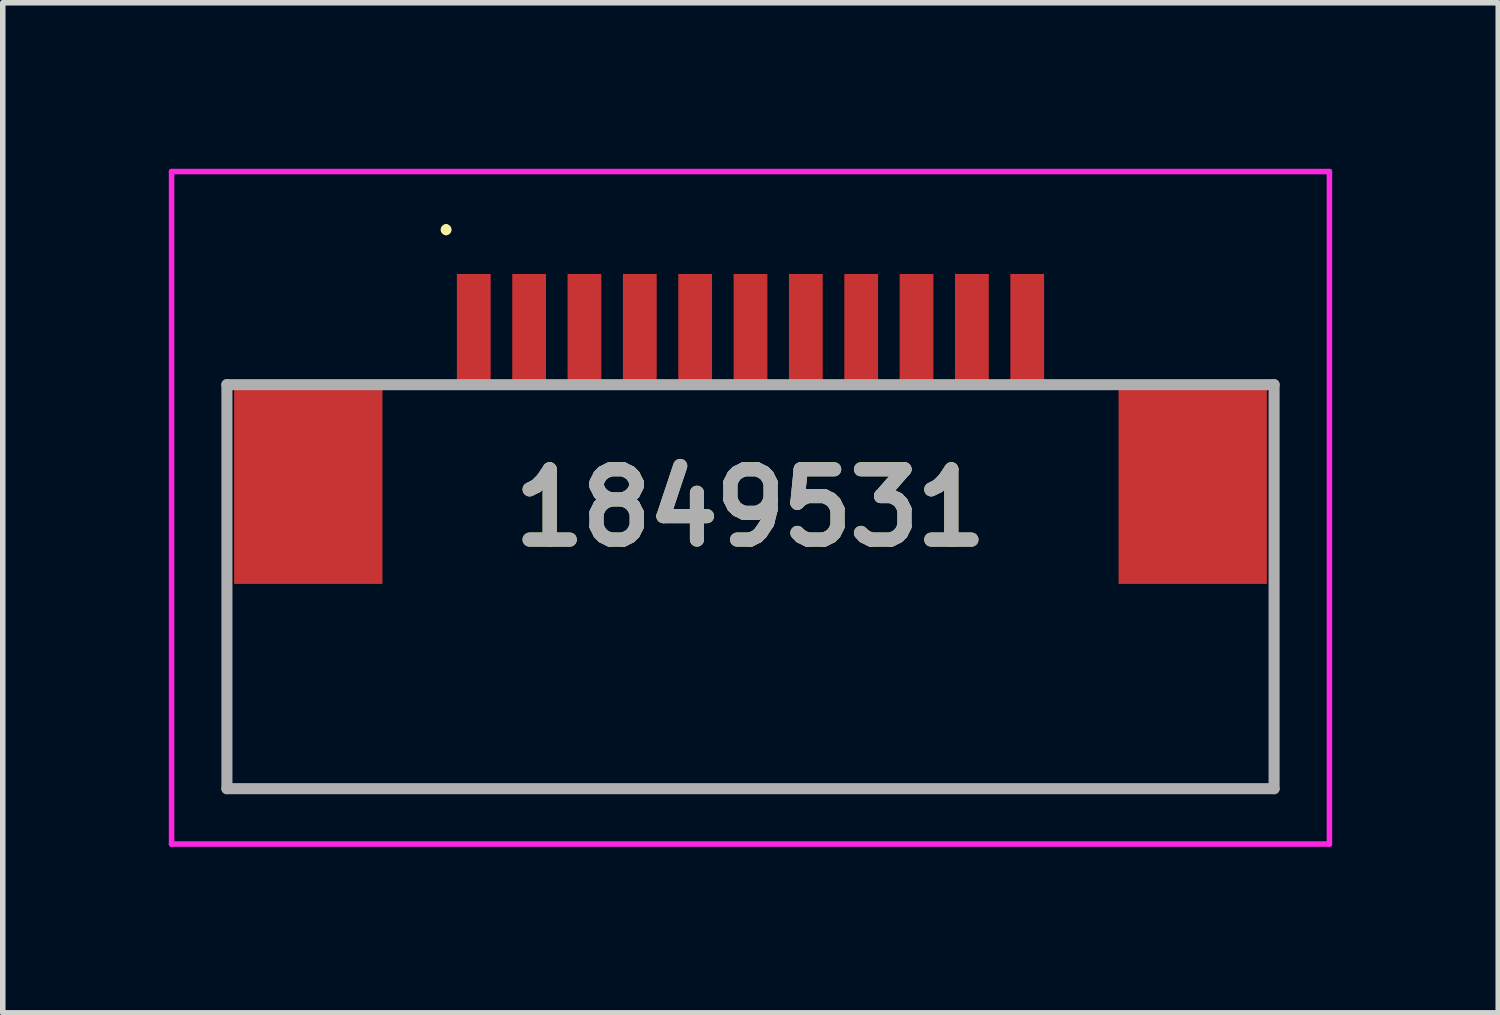
<source format=kicad_pcb>
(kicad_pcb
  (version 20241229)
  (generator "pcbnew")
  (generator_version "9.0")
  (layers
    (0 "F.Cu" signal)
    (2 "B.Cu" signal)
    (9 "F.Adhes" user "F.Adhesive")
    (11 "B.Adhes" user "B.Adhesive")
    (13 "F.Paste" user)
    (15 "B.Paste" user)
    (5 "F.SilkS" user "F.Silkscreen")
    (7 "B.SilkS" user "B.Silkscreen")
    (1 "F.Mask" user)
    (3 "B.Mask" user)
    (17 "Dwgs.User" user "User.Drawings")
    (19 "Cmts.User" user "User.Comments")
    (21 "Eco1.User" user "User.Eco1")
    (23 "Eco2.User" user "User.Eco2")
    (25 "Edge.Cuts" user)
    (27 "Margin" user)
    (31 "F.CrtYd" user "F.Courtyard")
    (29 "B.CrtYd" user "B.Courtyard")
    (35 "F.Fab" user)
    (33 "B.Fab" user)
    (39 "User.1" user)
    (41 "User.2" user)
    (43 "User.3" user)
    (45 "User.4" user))
  (footprint "1849531"
    (layer "F.Cu")
    (at 10.51 7.05)
    (property "Reference" "1849531" (at 0 -0.925 0) (layer "F.SilkS") (effects (font (size 1.27 1.27) (thickness 0.254))))
    (attr smd)
    (fp_line (start -9.46 1.5) (end -9.46 4.15) (stroke (width 0.1) (type solid)) (layer "F.SilkS"))
    (fp_line (start -9.46 4.15) (end 9.46 4.15) (stroke (width 0.1) (type solid)) (layer "F.SilkS"))
    (fp_line (start -5.5 -6) (end -5.5 -6) (stroke (width 0.1) (type solid)) (layer "F.SilkS"))
    (fp_line (start -5.5 -5.9) (end -5.5 -5.9) (stroke (width 0.1) (type solid)) (layer "F.SilkS"))
    (fp_line (start 9.46 4.15) (end 9.46 1.5) (stroke (width 0.1) (type solid)) (layer "F.SilkS"))
    (fp_arc (start -5.5 -6) (mid -5.45 -5.95) (end -5.5 -5.9) (stroke (width 0.1) (type solid)) (layer "F.SilkS"))
    (fp_arc (start -5.5 -5.9) (mid -5.55 -5.95) (end -5.5 -6) (stroke (width 0.1) (type solid)) (layer "F.SilkS"))
    (fp_line (start -10.46 -7) (end 10.46 -7) (stroke (width 0.1) (type solid)) (layer "F.CrtYd"))
    (fp_line (start -10.46 5.15) (end -10.46 -7) (stroke (width 0.1) (type solid)) (layer "F.CrtYd"))
    (fp_line (start 10.46 -7) (end 10.46 5.15) (stroke (width 0.1) (type solid)) (layer "F.CrtYd"))
    (fp_line (start 10.46 5.15) (end -10.46 5.15) (stroke (width 0.1) (type solid)) (layer "F.CrtYd"))
    (fp_line (start -9.46 -3.15) (end 9.46 -3.15) (stroke (width 0.2) (type solid)) (layer "F.Fab"))
    (fp_line (start -9.46 4.15) (end -9.46 -3.15) (stroke (width 0.2) (type solid)) (layer "F.Fab"))
    (fp_line (start 9.46 -3.15) (end 9.46 4.15) (stroke (width 0.2) (type solid)) (layer "F.Fab"))
    (fp_line (start 9.46 4.15) (end -9.46 4.15) (stroke (width 0.2) (type solid)) (layer "F.Fab"))
    (fp_text user "${REFERENCE}" (at 0 -0.925 0) (layer "F.Fab") (effects (font (size 1.27 1.27) (thickness 0.254))))
    (pad "1" smd rect (at -5 -4.15) (size 0.61 2) (layers "F.Cu" "F.Mask" "F.Paste"))
    (pad "2" smd rect (at -4 -4.15) (size 0.61 2) (layers "F.Cu" "F.Mask" "F.Paste"))
    (pad "3" smd rect (at -3 -4.15) (size 0.61 2) (layers "F.Cu" "F.Mask" "F.Paste"))
    (pad "4" smd rect (at -2 -4.15) (size 0.61 2) (layers "F.Cu" "F.Mask" "F.Paste"))
    (pad "5" smd rect (at -1 -4.15) (size 0.61 2) (layers "F.Cu" "F.Mask" "F.Paste"))
    (pad "6" smd rect (at 0 -4.15) (size 0.61 2) (layers "F.Cu" "F.Mask" "F.Paste"))
    (pad "7" smd rect (at 1 -4.15) (size 0.61 2) (layers "F.Cu" "F.Mask" "F.Paste"))
    (pad "8" smd rect (at 2 -4.15) (size 0.61 2) (layers "F.Cu" "F.Mask" "F.Paste"))
    (pad "9" smd rect (at 3 -4.15) (size 0.61 2) (layers "F.Cu" "F.Mask" "F.Paste"))
    (pad "10" smd rect (at 4 -4.15) (size 0.61 2) (layers "F.Cu" "F.Mask" "F.Paste"))
    (pad "11" smd rect (at 5 -4.15) (size 0.61 2) (layers "F.Cu" "F.Mask" "F.Paste"))
    (pad "MP1" smd rect (at -7.99 -1.35) (size 2.68 3.6) (layers "F.Cu" "F.Mask" "F.Paste"))
    (pad "MP2" smd rect (at 7.99 -1.35) (size 2.68 3.6) (layers "F.Cu" "F.Mask" "F.Paste")))
  (gr_rect
    (start -3 -3)
    (end 24.02 15.25)
    (stroke (width 0.1) (type default))
    (fill no)
    (layer "Edge.Cuts")))
</source>
